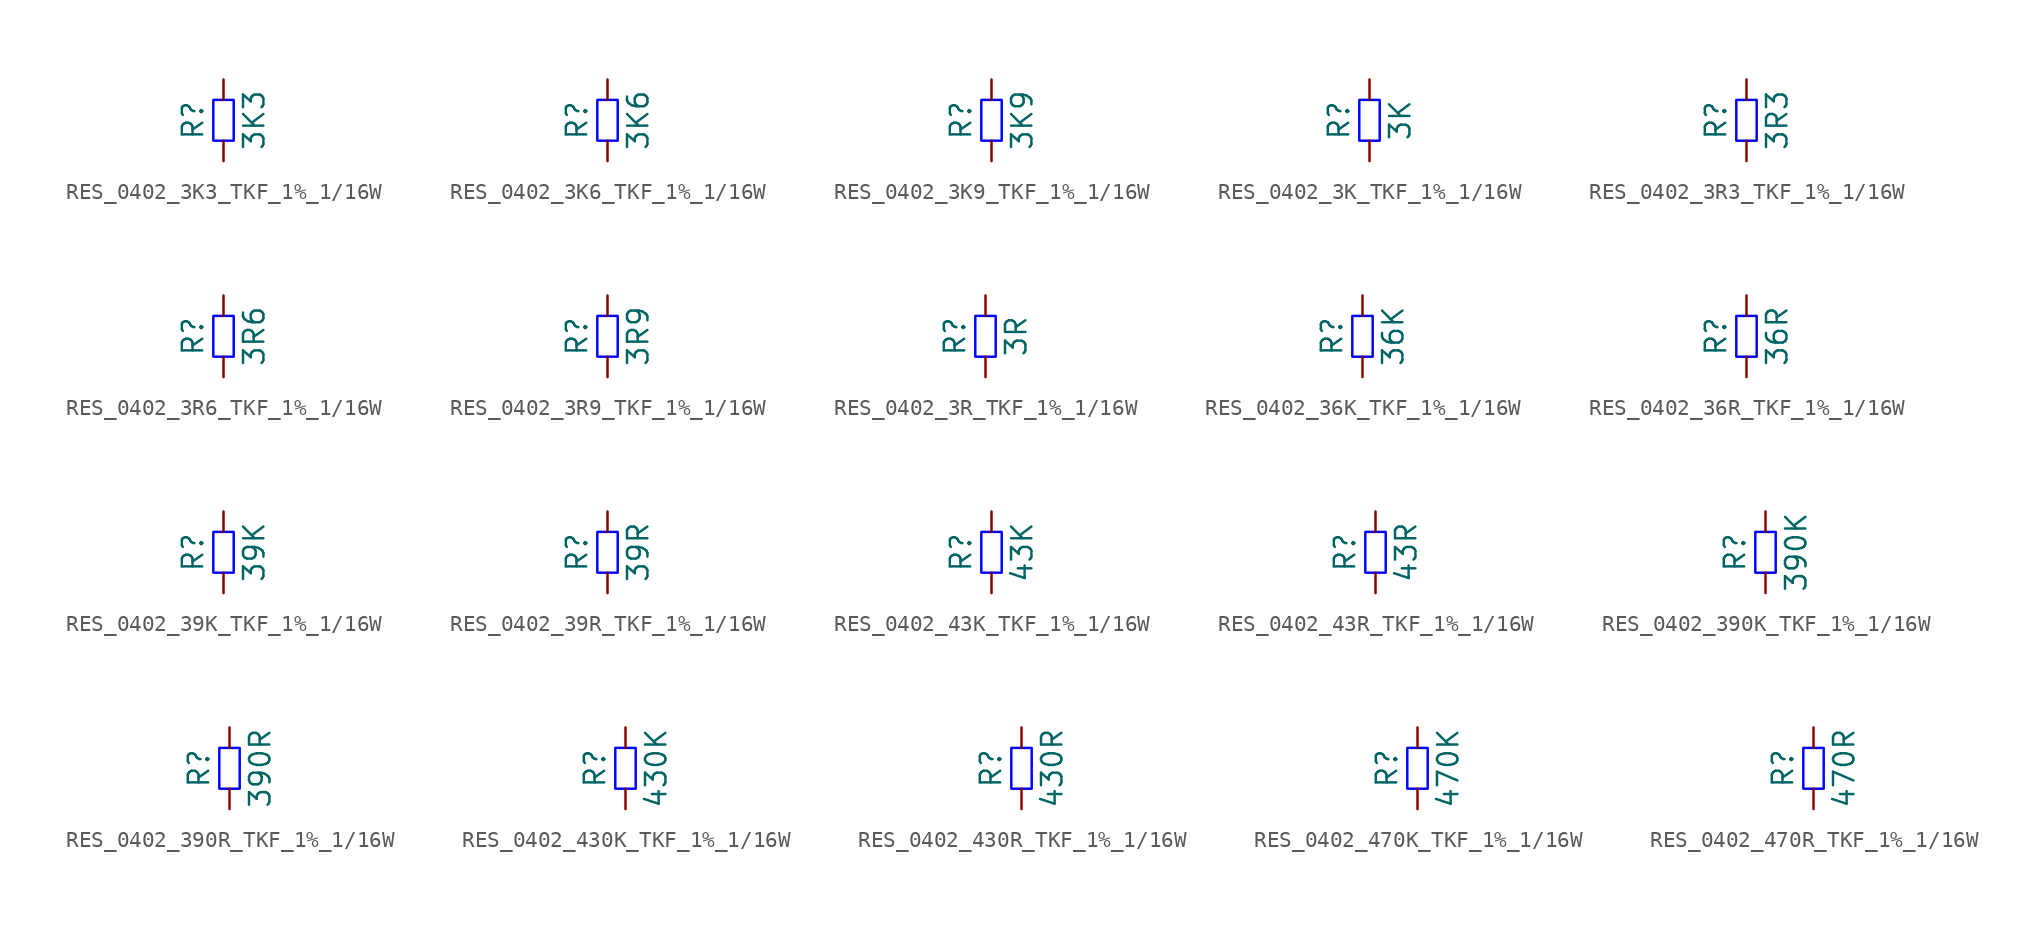
<source format=kicad_sym>
(kicad_symbol_lib
  (version 20220914)
  (generator kicad_symbol_editor)
  (symbol "RES_0402_3K3_TKF_1%_1/16W"
    (pin_numbers hide)
    (pin_names
      (offset 0) hide)
    (property "Reference" "R"
      (at -1.905 0 90)
      (do_not_autoplace)
      (effects (font (size 1.27 1.27))))
    (property "Value" "3K3"
      (at 1.905 0 90)
      (do_not_autoplace)
      (effects (font (size 1.27 1.27))))
    (symbol "RES_0402_3K3_TKF_1%_1/16W_1_1"
      (rectangle (start -0.635 -1.27) (end 0.635 1.27) (stroke (width 0) (type solid) (color 0 0 255 1)) (fill (type none)))
      (pin passive line (at 0 -2.54 90) (length 1.27) (name "~" (effects (font (size 1.27 1.27)))) (number "1" (effects (font (size 1.27 1.27)))))
      (pin passive line (at 0 2.54 270) (length 1.27) (name "~" (effects (font (size 1.27 1.27)))) (number "2" (effects (font (size 1.27 1.27)))))))
  (symbol "RES_0402_3K6_TKF_1%_1/16W"
    (pin_numbers hide)
    (pin_names
      (offset 0) hide)
    (property "Reference" "R"
      (at -1.905 0 90)
      (do_not_autoplace)
      (effects (font (size 1.27 1.27))))
    (property "Value" "3K6"
      (at 1.905 0 90)
      (do_not_autoplace)
      (effects (font (size 1.27 1.27))))
    (symbol "RES_0402_3K6_TKF_1%_1/16W_1_1"
      (rectangle (start -0.635 -1.27) (end 0.635 1.27) (stroke (width 0) (type solid) (color 0 0 255 1)) (fill (type none)))
      (pin passive line (at 0 -2.54 90) (length 1.27) (name "~" (effects (font (size 1.27 1.27)))) (number "1" (effects (font (size 1.27 1.27)))))
      (pin passive line (at 0 2.54 270) (length 1.27) (name "~" (effects (font (size 1.27 1.27)))) (number "2" (effects (font (size 1.27 1.27)))))))
  (symbol "RES_0402_3K9_TKF_1%_1/16W"
    (pin_numbers hide)
    (pin_names
      (offset 0) hide)
    (property "Reference" "R"
      (at -1.905 0 90)
      (do_not_autoplace)
      (effects (font (size 1.27 1.27))))
    (property "Value" "3K9"
      (at 1.905 0 90)
      (do_not_autoplace)
      (effects (font (size 1.27 1.27))))
    (symbol "RES_0402_3K9_TKF_1%_1/16W_1_1"
      (rectangle (start -0.635 -1.27) (end 0.635 1.27) (stroke (width 0) (type solid) (color 0 0 255 1)) (fill (type none)))
      (pin passive line (at 0 -2.54 90) (length 1.27) (name "~" (effects (font (size 1.27 1.27)))) (number "1" (effects (font (size 1.27 1.27)))))
      (pin passive line (at 0 2.54 270) (length 1.27) (name "~" (effects (font (size 1.27 1.27)))) (number "2" (effects (font (size 1.27 1.27)))))))
  (symbol "RES_0402_3K_TKF_1%_1/16W"
    (pin_numbers hide)
    (pin_names
      (offset 0) hide)
    (property "Reference" "R"
      (at -1.905 0 90)
      (do_not_autoplace)
      (effects (font (size 1.27 1.27))))
    (property "Value" "3K"
      (at 1.905 0 90)
      (do_not_autoplace)
      (effects (font (size 1.27 1.27))))
    (symbol "RES_0402_3K_TKF_1%_1/16W_1_1"
      (rectangle (start -0.635 -1.27) (end 0.635 1.27) (stroke (width 0) (type solid) (color 0 0 255 1)) (fill (type none)))
      (pin passive line (at 0 -2.54 90) (length 1.27) (name "~" (effects (font (size 1.27 1.27)))) (number "1" (effects (font (size 1.27 1.27)))))
      (pin passive line (at 0 2.54 270) (length 1.27) (name "~" (effects (font (size 1.27 1.27)))) (number "2" (effects (font (size 1.27 1.27)))))))
  (symbol "RES_0402_3R3_TKF_1%_1/16W"
    (pin_numbers hide)
    (pin_names
      (offset 0) hide)
    (property "Reference" "R"
      (at -1.905 0 90)
      (do_not_autoplace)
      (effects (font (size 1.27 1.27))))
    (property "Value" "3R3"
      (at 1.905 0 90)
      (do_not_autoplace)
      (effects (font (size 1.27 1.27))))
    (symbol "RES_0402_3R3_TKF_1%_1/16W_1_1"
      (rectangle (start -0.635 -1.27) (end 0.635 1.27) (stroke (width 0) (type solid) (color 0 0 255 1)) (fill (type none)))
      (pin passive line (at 0 -2.54 90) (length 1.27) (name "~" (effects (font (size 1.27 1.27)))) (number "1" (effects (font (size 1.27 1.27)))))
      (pin passive line (at 0 2.54 270) (length 1.27) (name "~" (effects (font (size 1.27 1.27)))) (number "2" (effects (font (size 1.27 1.27)))))))
  (symbol "RES_0402_3R6_TKF_1%_1/16W"
    (pin_numbers hide)
    (pin_names
      (offset 0) hide)
    (property "Reference" "R"
      (at -1.905 0 90)
      (do_not_autoplace)
      (effects (font (size 1.27 1.27))))
    (property "Value" "3R6"
      (at 1.905 0 90)
      (do_not_autoplace)
      (effects (font (size 1.27 1.27))))
    (symbol "RES_0402_3R6_TKF_1%_1/16W_1_1"
      (rectangle (start -0.635 -1.27) (end 0.635 1.27) (stroke (width 0) (type solid) (color 0 0 255 1)) (fill (type none)))
      (pin passive line (at 0 -2.54 90) (length 1.27) (name "~" (effects (font (size 1.27 1.27)))) (number "1" (effects (font (size 1.27 1.27)))))
      (pin passive line (at 0 2.54 270) (length 1.27) (name "~" (effects (font (size 1.27 1.27)))) (number "2" (effects (font (size 1.27 1.27)))))))
  (symbol "RES_0402_3R9_TKF_1%_1/16W"
    (pin_numbers hide)
    (pin_names
      (offset 0) hide)
    (property "Reference" "R"
      (at -1.905 0 90)
      (do_not_autoplace)
      (effects (font (size 1.27 1.27))))
    (property "Value" "3R9"
      (at 1.905 0 90)
      (do_not_autoplace)
      (effects (font (size 1.27 1.27))))
    (symbol "RES_0402_3R9_TKF_1%_1/16W_1_1"
      (rectangle (start -0.635 -1.27) (end 0.635 1.27) (stroke (width 0) (type solid) (color 0 0 255 1)) (fill (type none)))
      (pin passive line (at 0 -2.54 90) (length 1.27) (name "~" (effects (font (size 1.27 1.27)))) (number "1" (effects (font (size 1.27 1.27)))))
      (pin passive line (at 0 2.54 270) (length 1.27) (name "~" (effects (font (size 1.27 1.27)))) (number "2" (effects (font (size 1.27 1.27)))))))
  (symbol "RES_0402_3R_TKF_1%_1/16W"
    (pin_numbers hide)
    (pin_names
      (offset 0) hide)
    (property "Reference" "R"
      (at -1.905 0 90)
      (do_not_autoplace)
      (effects (font (size 1.27 1.27))))
    (property "Value" "3R"
      (at 1.905 0 90)
      (do_not_autoplace)
      (effects (font (size 1.27 1.27))))
    (symbol "RES_0402_3R_TKF_1%_1/16W_1_1"
      (rectangle (start -0.635 -1.27) (end 0.635 1.27) (stroke (width 0) (type solid) (color 0 0 255 1)) (fill (type none)))
      (pin passive line (at 0 -2.54 90) (length 1.27) (name "~" (effects (font (size 1.27 1.27)))) (number "1" (effects (font (size 1.27 1.27)))))
      (pin passive line (at 0 2.54 270) (length 1.27) (name "~" (effects (font (size 1.27 1.27)))) (number "2" (effects (font (size 1.27 1.27)))))))
  (symbol "RES_0402_36K_TKF_1%_1/16W"
    (pin_numbers hide)
    (pin_names
      (offset 0) hide)
    (property "Reference" "R"
      (at -1.905 0 90)
      (do_not_autoplace)
      (effects (font (size 1.27 1.27))))
    (property "Value" "36K"
      (at 1.905 0 90)
      (do_not_autoplace)
      (effects (font (size 1.27 1.27))))
    (symbol "RES_0402_36K_TKF_1%_1/16W_1_1"
      (rectangle (start -0.635 -1.27) (end 0.635 1.27) (stroke (width 0) (type solid) (color 0 0 255 1)) (fill (type none)))
      (pin passive line (at 0 -2.54 90) (length 1.27) (name "~" (effects (font (size 1.27 1.27)))) (number "1" (effects (font (size 1.27 1.27)))))
      (pin passive line (at 0 2.54 270) (length 1.27) (name "~" (effects (font (size 1.27 1.27)))) (number "2" (effects (font (size 1.27 1.27)))))))
  (symbol "RES_0402_36R_TKF_1%_1/16W"
    (pin_numbers hide)
    (pin_names
      (offset 0) hide)
    (property "Reference" "R"
      (at -1.905 0 90)
      (do_not_autoplace)
      (effects (font (size 1.27 1.27))))
    (property "Value" "36R"
      (at 1.905 0 90)
      (do_not_autoplace)
      (effects (font (size 1.27 1.27))))
    (symbol "RES_0402_36R_TKF_1%_1/16W_1_1"
      (rectangle (start -0.635 -1.27) (end 0.635 1.27) (stroke (width 0) (type solid) (color 0 0 255 1)) (fill (type none)))
      (pin passive line (at 0 -2.54 90) (length 1.27) (name "~" (effects (font (size 1.27 1.27)))) (number "1" (effects (font (size 1.27 1.27)))))
      (pin passive line (at 0 2.54 270) (length 1.27) (name "~" (effects (font (size 1.27 1.27)))) (number "2" (effects (font (size 1.27 1.27)))))))
  (symbol "RES_0402_39K_TKF_1%_1/16W"
    (pin_numbers hide)
    (pin_names
      (offset 0) hide)
    (property "Reference" "R"
      (at -1.905 0 90)
      (do_not_autoplace)
      (effects (font (size 1.27 1.27))))
    (property "Value" "39K"
      (at 1.905 0 90)
      (do_not_autoplace)
      (effects (font (size 1.27 1.27))))
    (symbol "RES_0402_39K_TKF_1%_1/16W_1_1"
      (rectangle (start -0.635 -1.27) (end 0.635 1.27) (stroke (width 0) (type solid) (color 0 0 255 1)) (fill (type none)))
      (pin passive line (at 0 -2.54 90) (length 1.27) (name "~" (effects (font (size 1.27 1.27)))) (number "1" (effects (font (size 1.27 1.27)))))
      (pin passive line (at 0 2.54 270) (length 1.27) (name "~" (effects (font (size 1.27 1.27)))) (number "2" (effects (font (size 1.27 1.27)))))))
  (symbol "RES_0402_39R_TKF_1%_1/16W"
    (pin_numbers hide)
    (pin_names
      (offset 0) hide)
    (property "Reference" "R"
      (at -1.905 0 90)
      (do_not_autoplace)
      (effects (font (size 1.27 1.27))))
    (property "Value" "39R"
      (at 1.905 0 90)
      (do_not_autoplace)
      (effects (font (size 1.27 1.27))))
    (symbol "RES_0402_39R_TKF_1%_1/16W_1_1"
      (rectangle (start -0.635 -1.27) (end 0.635 1.27) (stroke (width 0) (type solid) (color 0 0 255 1)) (fill (type none)))
      (pin passive line (at 0 -2.54 90) (length 1.27) (name "~" (effects (font (size 1.27 1.27)))) (number "1" (effects (font (size 1.27 1.27)))))
      (pin passive line (at 0 2.54 270) (length 1.27) (name "~" (effects (font (size 1.27 1.27)))) (number "2" (effects (font (size 1.27 1.27)))))))
  (symbol "RES_0402_43K_TKF_1%_1/16W"
    (pin_numbers hide)
    (pin_names
      (offset 0) hide)
    (property "Reference" "R"
      (at -1.905 0 90)
      (do_not_autoplace)
      (effects (font (size 1.27 1.27))))
    (property "Value" "43K"
      (at 1.905 0 90)
      (do_not_autoplace)
      (effects (font (size 1.27 1.27))))
    (symbol "RES_0402_43K_TKF_1%_1/16W_1_1"
      (rectangle (start -0.635 -1.27) (end 0.635 1.27) (stroke (width 0) (type solid) (color 0 0 255 1)) (fill (type none)))
      (pin passive line (at 0 -2.54 90) (length 1.27) (name "~" (effects (font (size 1.27 1.27)))) (number "1" (effects (font (size 1.27 1.27)))))
      (pin passive line (at 0 2.54 270) (length 1.27) (name "~" (effects (font (size 1.27 1.27)))) (number "2" (effects (font (size 1.27 1.27)))))))
  (symbol "RES_0402_43R_TKF_1%_1/16W"
    (pin_numbers hide)
    (pin_names
      (offset 0) hide)
    (property "Reference" "R"
      (at -1.905 0 90)
      (do_not_autoplace)
      (effects (font (size 1.27 1.27))))
    (property "Value" "43R"
      (at 1.905 0 90)
      (do_not_autoplace)
      (effects (font (size 1.27 1.27))))
    (symbol "RES_0402_43R_TKF_1%_1/16W_1_1"
      (rectangle (start -0.635 -1.27) (end 0.635 1.27) (stroke (width 0) (type solid) (color 0 0 255 1)) (fill (type none)))
      (pin passive line (at 0 -2.54 90) (length 1.27) (name "~" (effects (font (size 1.27 1.27)))) (number "1" (effects (font (size 1.27 1.27)))))
      (pin passive line (at 0 2.54 270) (length 1.27) (name "~" (effects (font (size 1.27 1.27)))) (number "2" (effects (font (size 1.27 1.27)))))))
  (symbol "RES_0402_390K_TKF_1%_1/16W"
    (pin_numbers hide)
    (pin_names
      (offset 0) hide)
    (property "Reference" "R"
      (at -1.905 0 90)
      (do_not_autoplace)
      (effects (font (size 1.27 1.27))))
    (property "Value" "390K"
      (at 1.905 0 90)
      (do_not_autoplace)
      (effects (font (size 1.27 1.27))))
    (symbol "RES_0402_390K_TKF_1%_1/16W_1_1"
      (rectangle (start -0.635 -1.27) (end 0.635 1.27) (stroke (width 0) (type solid) (color 0 0 255 1)) (fill (type none)))
      (pin passive line (at 0 -2.54 90) (length 1.27) (name "~" (effects (font (size 1.27 1.27)))) (number "1" (effects (font (size 1.27 1.27)))))
      (pin passive line (at 0 2.54 270) (length 1.27) (name "~" (effects (font (size 1.27 1.27)))) (number "2" (effects (font (size 1.27 1.27)))))))
  (symbol "RES_0402_390R_TKF_1%_1/16W"
    (pin_numbers hide)
    (pin_names
      (offset 0) hide)
    (property "Reference" "R"
      (at -1.905 0 90)
      (do_not_autoplace)
      (effects (font (size 1.27 1.27))))
    (property "Value" "390R"
      (at 1.905 0 90)
      (do_not_autoplace)
      (effects (font (size 1.27 1.27))))
    (symbol "RES_0402_390R_TKF_1%_1/16W_1_1"
      (rectangle (start -0.635 -1.27) (end 0.635 1.27) (stroke (width 0) (type solid) (color 0 0 255 1)) (fill (type none)))
      (pin passive line (at 0 -2.54 90) (length 1.27) (name "~" (effects (font (size 1.27 1.27)))) (number "1" (effects (font (size 1.27 1.27)))))
      (pin passive line (at 0 2.54 270) (length 1.27) (name "~" (effects (font (size 1.27 1.27)))) (number "2" (effects (font (size 1.27 1.27)))))))
  (symbol "RES_0402_430K_TKF_1%_1/16W"
    (pin_numbers hide)
    (pin_names
      (offset 0) hide)
    (property "Reference" "R"
      (at -1.905 0 90)
      (do_not_autoplace)
      (effects (font (size 1.27 1.27))))
    (property "Value" "430K"
      (at 1.905 0 90)
      (do_not_autoplace)
      (effects (font (size 1.27 1.27))))
    (symbol "RES_0402_430K_TKF_1%_1/16W_1_1"
      (rectangle (start -0.635 -1.27) (end 0.635 1.27) (stroke (width 0) (type solid) (color 0 0 255 1)) (fill (type none)))
      (pin passive line (at 0 -2.54 90) (length 1.27) (name "~" (effects (font (size 1.27 1.27)))) (number "1" (effects (font (size 1.27 1.27)))))
      (pin passive line (at 0 2.54 270) (length 1.27) (name "~" (effects (font (size 1.27 1.27)))) (number "2" (effects (font (size 1.27 1.27)))))))
  (symbol "RES_0402_430R_TKF_1%_1/16W"
    (pin_numbers hide)
    (pin_names
      (offset 0) hide)
    (property "Reference" "R"
      (at -1.905 0 90)
      (do_not_autoplace)
      (effects (font (size 1.27 1.27))))
    (property "Value" "430R"
      (at 1.905 0 90)
      (do_not_autoplace)
      (effects (font (size 1.27 1.27))))
    (symbol "RES_0402_430R_TKF_1%_1/16W_1_1"
      (rectangle (start -0.635 -1.27) (end 0.635 1.27) (stroke (width 0) (type solid) (color 0 0 255 1)) (fill (type none)))
      (pin passive line (at 0 -2.54 90) (length 1.27) (name "~" (effects (font (size 1.27 1.27)))) (number "1" (effects (font (size 1.27 1.27)))))
      (pin passive line (at 0 2.54 270) (length 1.27) (name "~" (effects (font (size 1.27 1.27)))) (number "2" (effects (font (size 1.27 1.27)))))))
  (symbol "RES_0402_470K_TKF_1%_1/16W"
    (pin_numbers hide)
    (pin_names
      (offset 0) hide)
    (property "Reference" "R"
      (at -1.905 0 90)
      (do_not_autoplace)
      (effects (font (size 1.27 1.27))))
    (property "Value" "470K"
      (at 1.905 0 90)
      (do_not_autoplace)
      (effects (font (size 1.27 1.27))))
    (symbol "RES_0402_470K_TKF_1%_1/16W_1_1"
      (rectangle (start -0.635 -1.27) (end 0.635 1.27) (stroke (width 0) (type solid) (color 0 0 255 1)) (fill (type none)))
      (pin passive line (at 0 -2.54 90) (length 1.27) (name "~" (effects (font (size 1.27 1.27)))) (number "1" (effects (font (size 1.27 1.27)))))
      (pin passive line (at 0 2.54 270) (length 1.27) (name "~" (effects (font (size 1.27 1.27)))) (number "2" (effects (font (size 1.27 1.27)))))))
  (symbol "RES_0402_470R_TKF_1%_1/16W"
    (pin_numbers hide)
    (pin_names
      (offset 0) hide)
    (property "Reference" "R"
      (at -1.905 0 90)
      (do_not_autoplace)
      (effects (font (size 1.27 1.27))))
    (property "Value" "470R"
      (at 1.905 0 90)
      (do_not_autoplace)
      (effects (font (size 1.27 1.27))))
    (symbol "RES_0402_470R_TKF_1%_1/16W_1_1"
      (rectangle (start -0.635 -1.27) (end 0.635 1.27) (stroke (width 0) (type solid) (color 0 0 255 1)) (fill (type none)))
      (pin passive line (at 0 -2.54 90) (length 1.27) (name "~" (effects (font (size 1.27 1.27)))) (number "1" (effects (font (size 1.27 1.27)))))
      (pin passive line (at 0 2.54 270) (length 1.27) (name "~" (effects (font (size 1.27 1.27)))) (number "2" (effects (font (size 1.27 1.27))))))))
</source>
